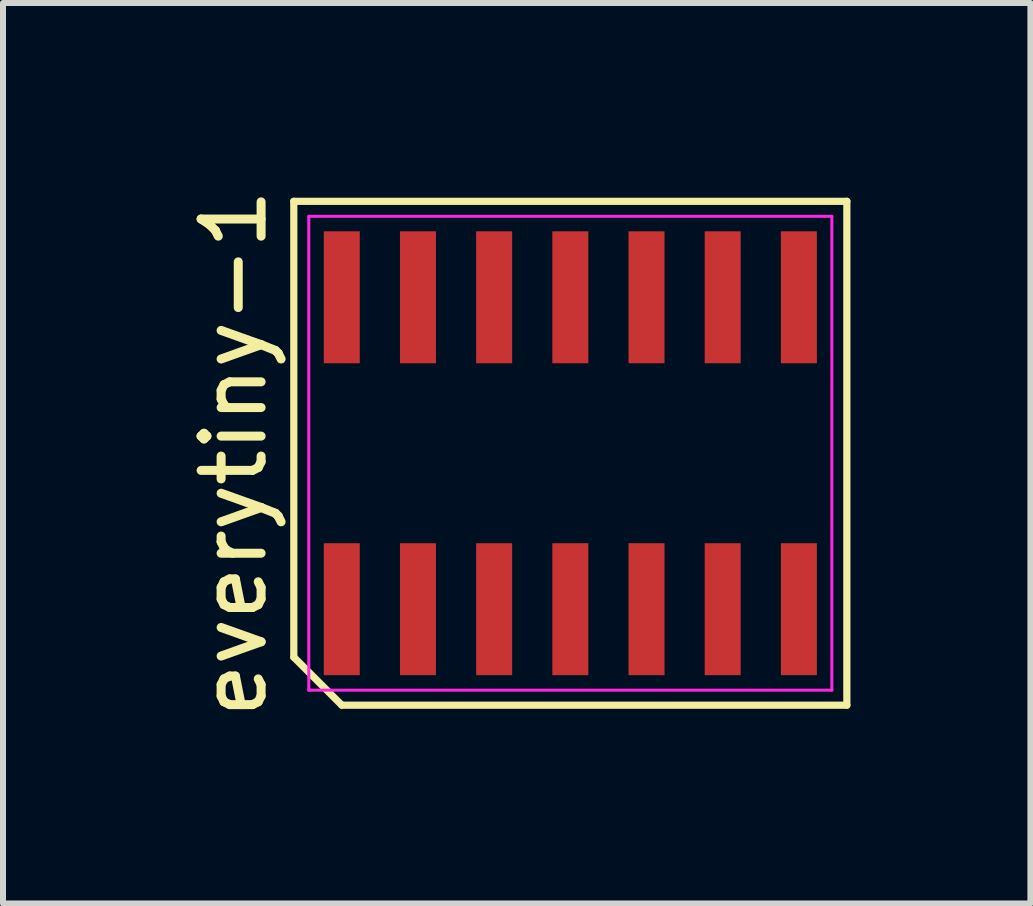
<source format=kicad_pcb>
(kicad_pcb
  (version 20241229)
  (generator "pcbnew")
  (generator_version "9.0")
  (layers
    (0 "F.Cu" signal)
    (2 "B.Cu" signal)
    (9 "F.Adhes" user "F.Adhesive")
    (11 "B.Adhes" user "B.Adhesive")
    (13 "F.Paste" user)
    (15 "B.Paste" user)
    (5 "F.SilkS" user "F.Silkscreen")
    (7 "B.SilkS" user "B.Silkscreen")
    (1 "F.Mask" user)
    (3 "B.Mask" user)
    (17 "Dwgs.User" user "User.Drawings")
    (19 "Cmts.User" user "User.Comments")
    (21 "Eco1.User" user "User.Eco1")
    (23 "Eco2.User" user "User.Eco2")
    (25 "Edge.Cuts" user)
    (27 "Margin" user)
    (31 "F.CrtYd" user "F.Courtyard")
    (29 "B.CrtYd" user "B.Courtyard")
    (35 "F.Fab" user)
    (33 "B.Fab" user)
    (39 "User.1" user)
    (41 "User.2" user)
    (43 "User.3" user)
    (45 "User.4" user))
  (footprint "everytiny-1"
    (layer "F.Cu")
    (at 6.458 4.506)
    (property "Reference" "everytiny-1" (at -5.61 0 90) (layer "F.SilkS") (effects (font (size 1 1) (thickness 0.15))))
    (attr smd)
    (fp_line (start -4.61 -4.2) (end 4.61 -4.2) (stroke (width 0.12) (type solid)) (layer "F.SilkS"))
    (fp_line (start -4.61 3.4) (end -4.61 -4.2) (stroke (width 0.12) (type solid)) (layer "F.SilkS"))
    (fp_line (start -3.81 4.2) (end -4.61 3.4) (stroke (width 0.12) (type solid)) (layer "F.SilkS"))
    (fp_line (start 4.61 -4.2) (end 4.61 4.2) (stroke (width 0.12) (type solid)) (layer "F.SilkS"))
    (fp_line (start 4.61 4.2) (end -3.81 4.2) (stroke (width 0.12) (type solid)) (layer "F.SilkS"))
    (fp_line (start -4.36 -3.95) (end 4.36 -3.95) (stroke (width 0.05) (type solid)) (layer "F.CrtYd"))
    (fp_line (start -4.36 3.95) (end -4.36 -3.95) (stroke (width 0.05) (type solid)) (layer "F.CrtYd"))
    (fp_line (start 4.36 -3.95) (end 4.36 3.95) (stroke (width 0.05) (type solid)) (layer "F.CrtYd"))
    (fp_line (start 4.36 3.95) (end -4.36 3.95) (stroke (width 0.05) (type solid)) (layer "F.CrtYd"))
    (pad "1" smd rect (at -3.81 2.6) (size 0.6 2.2) (layers "F.Cu" "F.Mask" "F.Paste"))
    (pad "2" smd rect (at -2.54 2.6) (size 0.6 2.2) (layers "F.Cu" "F.Mask" "F.Paste"))
    (pad "3" smd rect (at -1.27 2.6) (size 0.6 2.2) (layers "F.Cu" "F.Mask" "F.Paste"))
    (pad "4" smd rect (at 0 2.6) (size 0.6 2.2) (layers "F.Cu" "F.Mask" "F.Paste"))
    (pad "5" smd rect (at 1.27 2.6) (size 0.6 2.2) (layers "F.Cu" "F.Mask" "F.Paste"))
    (pad "6" smd rect (at 2.54 2.6) (size 0.6 2.2) (layers "F.Cu" "F.Mask" "F.Paste"))
    (pad "7" smd rect (at 3.81 2.6) (size 0.6 2.2) (layers "F.Cu" "F.Mask" "F.Paste"))
    (pad "8" smd rect (at 3.81 -2.6) (size 0.6 2.2) (layers "F.Cu" "F.Mask" "F.Paste"))
    (pad "9" smd rect (at 2.54 -2.6) (size 0.6 2.2) (layers "F.Cu" "F.Mask" "F.Paste"))
    (pad "10" smd rect (at 1.27 -2.6) (size 0.6 2.2) (layers "F.Cu" "F.Mask" "F.Paste"))
    (pad "11" smd rect (at 0 -2.6) (size 0.6 2.2) (layers "F.Cu" "F.Mask" "F.Paste"))
    (pad "12" smd rect (at -1.27 -2.6) (size 0.6 2.2) (layers "F.Cu" "F.Mask" "F.Paste"))
    (pad "13" smd rect (at -2.54 -2.6) (size 0.6 2.2) (layers "F.Cu" "F.Mask" "F.Paste"))
    (pad "14" smd rect (at -3.81 -2.6) (size 0.6 2.2) (layers "F.Cu" "F.Mask" "F.Paste")))
  (gr_rect
    (start -3 -3)
    (end 14.128 12.012)
    (stroke (width 0.1) (type default))
    (fill no)
    (layer "Edge.Cuts")))
</source>
